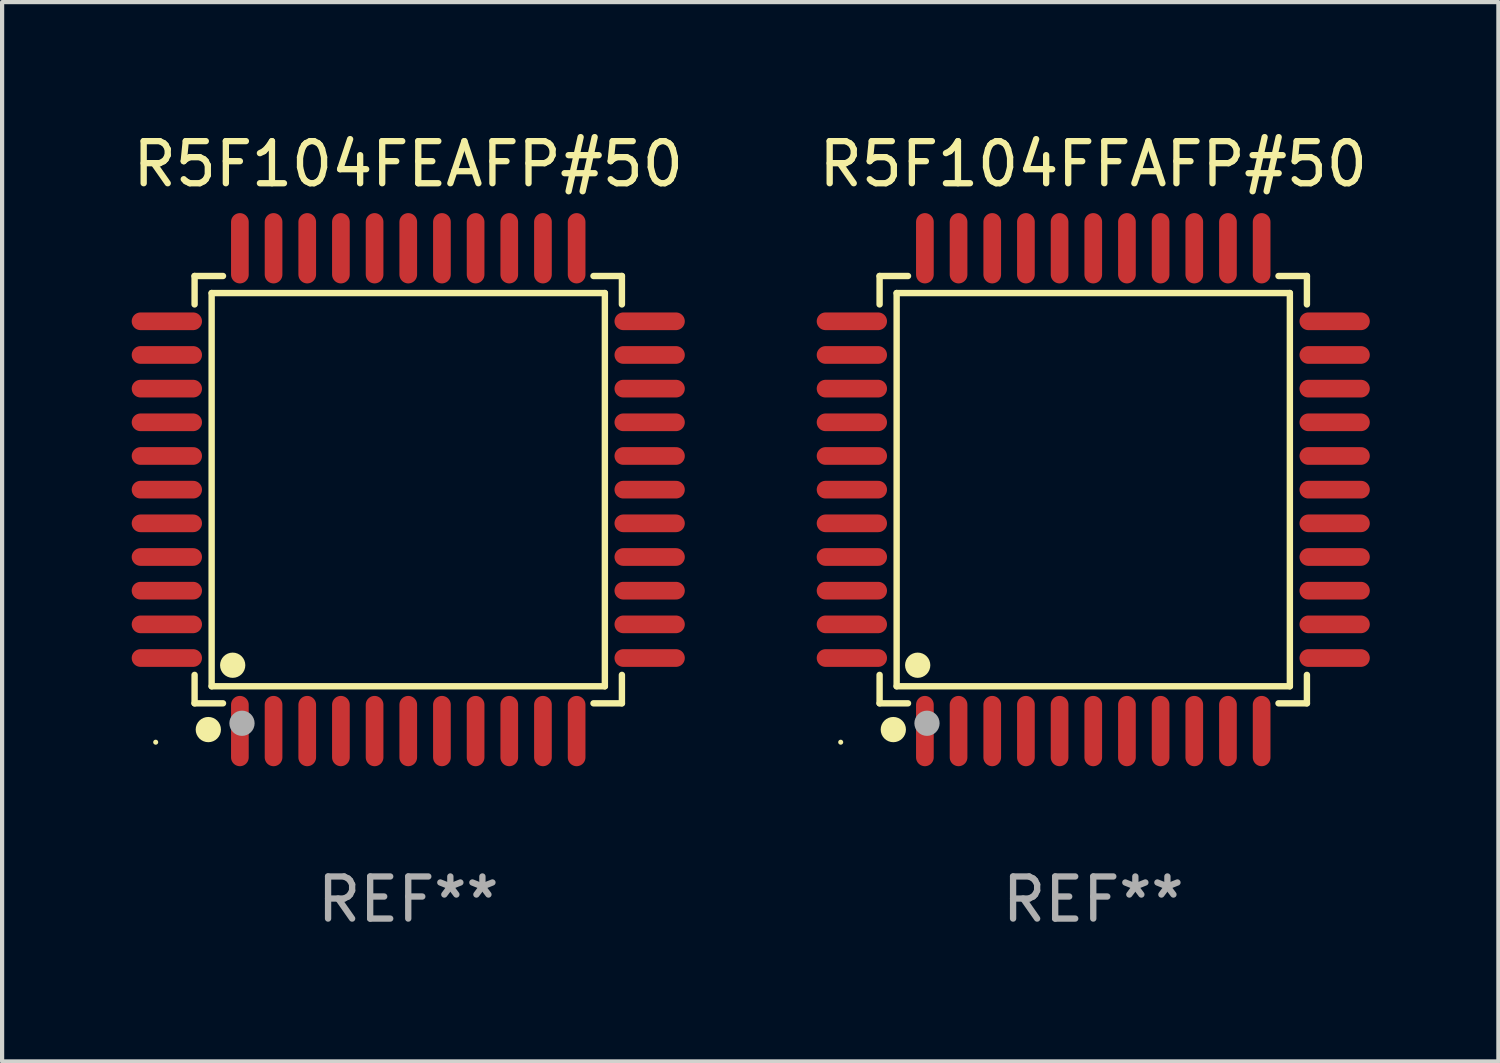
<source format=kicad_pcb>
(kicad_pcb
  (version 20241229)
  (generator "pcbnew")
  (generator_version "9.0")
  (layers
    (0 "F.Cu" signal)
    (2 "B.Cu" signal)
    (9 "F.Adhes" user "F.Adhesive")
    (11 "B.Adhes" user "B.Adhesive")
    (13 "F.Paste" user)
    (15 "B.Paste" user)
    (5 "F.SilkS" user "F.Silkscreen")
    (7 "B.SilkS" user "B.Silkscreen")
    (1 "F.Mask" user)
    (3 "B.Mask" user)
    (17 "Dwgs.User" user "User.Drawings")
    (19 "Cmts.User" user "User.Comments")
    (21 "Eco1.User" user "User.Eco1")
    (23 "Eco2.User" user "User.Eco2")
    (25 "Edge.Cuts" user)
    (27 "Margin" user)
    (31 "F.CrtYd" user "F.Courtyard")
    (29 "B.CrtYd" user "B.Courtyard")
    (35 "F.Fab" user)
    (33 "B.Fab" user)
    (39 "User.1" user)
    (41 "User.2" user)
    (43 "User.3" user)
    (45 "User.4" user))
  (footprint "R5F104FFAFP#50"
    (layer "F.Cu")
    (at 22.923 8.583)
    (property "Reference" "R5F104FFAFP#50" (at 0 -7.735 0) (layer "F.SilkS") (effects (font (size 1 1) (thickness 0.15))))
    (attr through_hole)
    (fp_line (start -5.076 -5.076) (end -4.401 -5.076) (stroke (width 0.152) (type solid)) (layer "F.SilkS"))
    (fp_line (start -5.076 -4.401) (end -5.076 -5.076) (stroke (width 0.152) (type solid)) (layer "F.SilkS"))
    (fp_line (start -5.076 4.401) (end -5.076 5.076) (stroke (width 0.152) (type solid)) (layer "F.SilkS"))
    (fp_line (start -5.076 5.076) (end -4.401 5.076) (stroke (width 0.152) (type solid)) (layer "F.SilkS"))
    (fp_line (start -4.671 -4.671) (end 4.671 -4.671) (stroke (width 0.152) (type solid)) (layer "F.SilkS"))
    (fp_line (start -4.671 4.671) (end -4.671 -4.671) (stroke (width 0.152) (type solid)) (layer "F.SilkS"))
    (fp_line (start 4.671 -4.671) (end 4.671 4.671) (stroke (width 0.152) (type solid)) (layer "F.SilkS"))
    (fp_line (start 4.671 4.671) (end -4.671 4.671) (stroke (width 0.152) (type solid)) (layer "F.SilkS"))
    (fp_line (start 5.076 -5.076) (end 4.401 -5.076) (stroke (width 0.152) (type solid)) (layer "F.SilkS"))
    (fp_line (start 5.076 -4.401) (end 5.076 -5.076) (stroke (width 0.152) (type solid)) (layer "F.SilkS"))
    (fp_line (start 5.076 4.401) (end 5.076 5.076) (stroke (width 0.152) (type solid)) (layer "F.SilkS"))
    (fp_line (start 5.076 5.076) (end 4.401 5.076) (stroke (width 0.152) (type solid)) (layer "F.SilkS"))
    (fp_circle (center -6 6) (end -5.97 6) (stroke (width 0.06) (type solid)) (fill no) (layer "F.SilkS"))
    (fp_circle (center -4.75 5.7) (end -4.6 5.7) (stroke (width 0.3) (type solid)) (fill no) (layer "F.SilkS"))
    (fp_circle (center -4.171 4.171) (end -4.021 4.171) (stroke (width 0.3) (type solid)) (fill no) (layer "F.SilkS"))
    (fp_circle (center -3.95 5.55) (end -3.8 5.55) (stroke (width 0.3) (type solid)) (fill no) (layer "F.Fab"))
    (fp_text user "REF**" (at 0 9.735 0) (layer "F.Fab") (effects (font (size 1 1) (thickness 0.15))))
    (pad "1" smd oval (at -4 5.735) (size 0.42 1.67) (layers "F.Cu" "F.Mask" "F.Paste"))
    (pad "2" smd oval (at -3.2 5.735) (size 0.42 1.67) (layers "F.Cu" "F.Mask" "F.Paste"))
    (pad "3" smd oval (at -2.4 5.735) (size 0.42 1.67) (layers "F.Cu" "F.Mask" "F.Paste"))
    (pad "4" smd oval (at -1.6 5.735) (size 0.42 1.67) (layers "F.Cu" "F.Mask" "F.Paste"))
    (pad "5" smd oval (at -0.8 5.735) (size 0.42 1.67) (layers "F.Cu" "F.Mask" "F.Paste"))
    (pad "6" smd oval (at 0 5.735) (size 0.42 1.67) (layers "F.Cu" "F.Mask" "F.Paste"))
    (pad "7" smd oval (at 0.8 5.735) (size 0.42 1.67) (layers "F.Cu" "F.Mask" "F.Paste"))
    (pad "8" smd oval (at 1.6 5.735) (size 0.42 1.67) (layers "F.Cu" "F.Mask" "F.Paste"))
    (pad "9" smd oval (at 2.4 5.735) (size 0.42 1.67) (layers "F.Cu" "F.Mask" "F.Paste"))
    (pad "10" smd oval (at 3.2 5.735) (size 0.42 1.67) (layers "F.Cu" "F.Mask" "F.Paste"))
    (pad "11" smd oval (at 4 5.735) (size 0.42 1.67) (layers "F.Cu" "F.Mask" "F.Paste"))
    (pad "12" smd oval (at 5.735 4) (size 1.67 0.42) (layers "F.Cu" "F.Mask" "F.Paste"))
    (pad "13" smd oval (at 5.735 3.2) (size 1.67 0.42) (layers "F.Cu" "F.Mask" "F.Paste"))
    (pad "14" smd oval (at 5.735 2.4) (size 1.67 0.42) (layers "F.Cu" "F.Mask" "F.Paste"))
    (pad "15" smd oval (at 5.735 1.6) (size 1.67 0.42) (layers "F.Cu" "F.Mask" "F.Paste"))
    (pad "16" smd oval (at 5.735 0.8) (size 1.67 0.42) (layers "F.Cu" "F.Mask" "F.Paste"))
    (pad "17" smd oval (at 5.735 0) (size 1.67 0.42) (layers "F.Cu" "F.Mask" "F.Paste"))
    (pad "18" smd oval (at 5.735 -0.8) (size 1.67 0.42) (layers "F.Cu" "F.Mask" "F.Paste"))
    (pad "19" smd oval (at 5.735 -1.6) (size 1.67 0.42) (layers "F.Cu" "F.Mask" "F.Paste"))
    (pad "20" smd oval (at 5.735 -2.4) (size 1.67 0.42) (layers "F.Cu" "F.Mask" "F.Paste"))
    (pad "21" smd oval (at 5.735 -3.2) (size 1.67 0.42) (layers "F.Cu" "F.Mask" "F.Paste"))
    (pad "22" smd oval (at 5.735 -4) (size 1.67 0.42) (layers "F.Cu" "F.Mask" "F.Paste"))
    (pad "23" smd oval (at 4 -5.735) (size 0.42 1.67) (layers "F.Cu" "F.Mask" "F.Paste"))
    (pad "24" smd oval (at 3.2 -5.735) (size 0.42 1.67) (layers "F.Cu" "F.Mask" "F.Paste"))
    (pad "25" smd oval (at 2.4 -5.735) (size 0.42 1.67) (layers "F.Cu" "F.Mask" "F.Paste"))
    (pad "26" smd oval (at 1.6 -5.735) (size 0.42 1.67) (layers "F.Cu" "F.Mask" "F.Paste"))
    (pad "27" smd oval (at 0.8 -5.735) (size 0.42 1.67) (layers "F.Cu" "F.Mask" "F.Paste"))
    (pad "28" smd oval (at 0 -5.735) (size 0.42 1.67) (layers "F.Cu" "F.Mask" "F.Paste"))
    (pad "29" smd oval (at -0.8 -5.735) (size 0.42 1.67) (layers "F.Cu" "F.Mask" "F.Paste"))
    (pad "30" smd oval (at -1.6 -5.735) (size 0.42 1.67) (layers "F.Cu" "F.Mask" "F.Paste"))
    (pad "31" smd oval (at -2.4 -5.735) (size 0.42 1.67) (layers "F.Cu" "F.Mask" "F.Paste"))
    (pad "32" smd oval (at -3.2 -5.735) (size 0.42 1.67) (layers "F.Cu" "F.Mask" "F.Paste"))
    (pad "33" smd oval (at -4 -5.735) (size 0.42 1.67) (layers "F.Cu" "F.Mask" "F.Paste"))
    (pad "34" smd oval (at -5.735 -4) (size 1.67 0.42) (layers "F.Cu" "F.Mask" "F.Paste"))
    (pad "35" smd oval (at -5.735 -3.2) (size 1.67 0.42) (layers "F.Cu" "F.Mask" "F.Paste"))
    (pad "36" smd oval (at -5.735 -2.4) (size 1.67 0.42) (layers "F.Cu" "F.Mask" "F.Paste"))
    (pad "37" smd oval (at -5.735 -1.6) (size 1.67 0.42) (layers "F.Cu" "F.Mask" "F.Paste"))
    (pad "38" smd oval (at -5.735 -0.8) (size 1.67 0.42) (layers "F.Cu" "F.Mask" "F.Paste"))
    (pad "39" smd oval (at -5.735 0) (size 1.67 0.42) (layers "F.Cu" "F.Mask" "F.Paste"))
    (pad "40" smd oval (at -5.735 0.8) (size 1.67 0.42) (layers "F.Cu" "F.Mask" "F.Paste"))
    (pad "41" smd oval (at -5.735 1.6) (size 1.67 0.42) (layers "F.Cu" "F.Mask" "F.Paste"))
    (pad "42" smd oval (at -5.735 2.4) (size 1.67 0.42) (layers "F.Cu" "F.Mask" "F.Paste"))
    (pad "43" smd oval (at -5.735 3.2) (size 1.67 0.42) (layers "F.Cu" "F.Mask" "F.Paste"))
    (pad "44" smd oval (at -5.735 4) (size 1.67 0.42) (layers "F.Cu" "F.Mask" "F.Paste")))
  (footprint "R5F104FEAFP#50"
    (layer "F.Cu")
    (at 6.649 8.583)
    (property "Reference" "R5F104FEAFP#50" (at 0 -7.735 0) (layer "F.SilkS") (effects (font (size 1 1) (thickness 0.15))))
    (attr through_hole)
    (fp_line (start -5.076 -5.076) (end -4.401 -5.076) (stroke (width 0.152) (type solid)) (layer "F.SilkS"))
    (fp_line (start -5.076 -4.401) (end -5.076 -5.076) (stroke (width 0.152) (type solid)) (layer "F.SilkS"))
    (fp_line (start -5.076 4.401) (end -5.076 5.076) (stroke (width 0.152) (type solid)) (layer "F.SilkS"))
    (fp_line (start -5.076 5.076) (end -4.401 5.076) (stroke (width 0.152) (type solid)) (layer "F.SilkS"))
    (fp_line (start -4.671 -4.671) (end 4.671 -4.671) (stroke (width 0.152) (type solid)) (layer "F.SilkS"))
    (fp_line (start -4.671 4.671) (end -4.671 -4.671) (stroke (width 0.152) (type solid)) (layer "F.SilkS"))
    (fp_line (start 4.671 -4.671) (end 4.671 4.671) (stroke (width 0.152) (type solid)) (layer "F.SilkS"))
    (fp_line (start 4.671 4.671) (end -4.671 4.671) (stroke (width 0.152) (type solid)) (layer "F.SilkS"))
    (fp_line (start 5.076 -5.076) (end 4.401 -5.076) (stroke (width 0.152) (type solid)) (layer "F.SilkS"))
    (fp_line (start 5.076 -4.401) (end 5.076 -5.076) (stroke (width 0.152) (type solid)) (layer "F.SilkS"))
    (fp_line (start 5.076 4.401) (end 5.076 5.076) (stroke (width 0.152) (type solid)) (layer "F.SilkS"))
    (fp_line (start 5.076 5.076) (end 4.401 5.076) (stroke (width 0.152) (type solid)) (layer "F.SilkS"))
    (fp_circle (center -6 6) (end -5.97 6) (stroke (width 0.06) (type solid)) (fill no) (layer "F.SilkS"))
    (fp_circle (center -4.75 5.7) (end -4.6 5.7) (stroke (width 0.3) (type solid)) (fill no) (layer "F.SilkS"))
    (fp_circle (center -4.171 4.171) (end -4.021 4.171) (stroke (width 0.3) (type solid)) (fill no) (layer "F.SilkS"))
    (fp_circle (center -3.95 5.55) (end -3.8 5.55) (stroke (width 0.3) (type solid)) (fill no) (layer "F.Fab"))
    (fp_text user "REF**" (at 0 9.735 0) (layer "F.Fab") (effects (font (size 1 1) (thickness 0.15))))
    (pad "1" smd oval (at -4 5.735) (size 0.42 1.67) (layers "F.Cu" "F.Mask" "F.Paste"))
    (pad "2" smd oval (at -3.2 5.735) (size 0.42 1.67) (layers "F.Cu" "F.Mask" "F.Paste"))
    (pad "3" smd oval (at -2.4 5.735) (size 0.42 1.67) (layers "F.Cu" "F.Mask" "F.Paste"))
    (pad "4" smd oval (at -1.6 5.735) (size 0.42 1.67) (layers "F.Cu" "F.Mask" "F.Paste"))
    (pad "5" smd oval (at -0.8 5.735) (size 0.42 1.67) (layers "F.Cu" "F.Mask" "F.Paste"))
    (pad "6" smd oval (at 0 5.735) (size 0.42 1.67) (layers "F.Cu" "F.Mask" "F.Paste"))
    (pad "7" smd oval (at 0.8 5.735) (size 0.42 1.67) (layers "F.Cu" "F.Mask" "F.Paste"))
    (pad "8" smd oval (at 1.6 5.735) (size 0.42 1.67) (layers "F.Cu" "F.Mask" "F.Paste"))
    (pad "9" smd oval (at 2.4 5.735) (size 0.42 1.67) (layers "F.Cu" "F.Mask" "F.Paste"))
    (pad "10" smd oval (at 3.2 5.735) (size 0.42 1.67) (layers "F.Cu" "F.Mask" "F.Paste"))
    (pad "11" smd oval (at 4 5.735) (size 0.42 1.67) (layers "F.Cu" "F.Mask" "F.Paste"))
    (pad "12" smd oval (at 5.735 4) (size 1.67 0.42) (layers "F.Cu" "F.Mask" "F.Paste"))
    (pad "13" smd oval (at 5.735 3.2) (size 1.67 0.42) (layers "F.Cu" "F.Mask" "F.Paste"))
    (pad "14" smd oval (at 5.735 2.4) (size 1.67 0.42) (layers "F.Cu" "F.Mask" "F.Paste"))
    (pad "15" smd oval (at 5.735 1.6) (size 1.67 0.42) (layers "F.Cu" "F.Mask" "F.Paste"))
    (pad "16" smd oval (at 5.735 0.8) (size 1.67 0.42) (layers "F.Cu" "F.Mask" "F.Paste"))
    (pad "17" smd oval (at 5.735 0) (size 1.67 0.42) (layers "F.Cu" "F.Mask" "F.Paste"))
    (pad "18" smd oval (at 5.735 -0.8) (size 1.67 0.42) (layers "F.Cu" "F.Mask" "F.Paste"))
    (pad "19" smd oval (at 5.735 -1.6) (size 1.67 0.42) (layers "F.Cu" "F.Mask" "F.Paste"))
    (pad "20" smd oval (at 5.735 -2.4) (size 1.67 0.42) (layers "F.Cu" "F.Mask" "F.Paste"))
    (pad "21" smd oval (at 5.735 -3.2) (size 1.67 0.42) (layers "F.Cu" "F.Mask" "F.Paste"))
    (pad "22" smd oval (at 5.735 -4) (size 1.67 0.42) (layers "F.Cu" "F.Mask" "F.Paste"))
    (pad "23" smd oval (at 4 -5.735) (size 0.42 1.67) (layers "F.Cu" "F.Mask" "F.Paste"))
    (pad "24" smd oval (at 3.2 -5.735) (size 0.42 1.67) (layers "F.Cu" "F.Mask" "F.Paste"))
    (pad "25" smd oval (at 2.4 -5.735) (size 0.42 1.67) (layers "F.Cu" "F.Mask" "F.Paste"))
    (pad "26" smd oval (at 1.6 -5.735) (size 0.42 1.67) (layers "F.Cu" "F.Mask" "F.Paste"))
    (pad "27" smd oval (at 0.8 -5.735) (size 0.42 1.67) (layers "F.Cu" "F.Mask" "F.Paste"))
    (pad "28" smd oval (at 0 -5.735) (size 0.42 1.67) (layers "F.Cu" "F.Mask" "F.Paste"))
    (pad "29" smd oval (at -0.8 -5.735) (size 0.42 1.67) (layers "F.Cu" "F.Mask" "F.Paste"))
    (pad "30" smd oval (at -1.6 -5.735) (size 0.42 1.67) (layers "F.Cu" "F.Mask" "F.Paste"))
    (pad "31" smd oval (at -2.4 -5.735) (size 0.42 1.67) (layers "F.Cu" "F.Mask" "F.Paste"))
    (pad "32" smd oval (at -3.2 -5.735) (size 0.42 1.67) (layers "F.Cu" "F.Mask" "F.Paste"))
    (pad "33" smd oval (at -4 -5.735) (size 0.42 1.67) (layers "F.Cu" "F.Mask" "F.Paste"))
    (pad "34" smd oval (at -5.735 -4) (size 1.67 0.42) (layers "F.Cu" "F.Mask" "F.Paste"))
    (pad "35" smd oval (at -5.735 -3.2) (size 1.67 0.42) (layers "F.Cu" "F.Mask" "F.Paste"))
    (pad "36" smd oval (at -5.735 -2.4) (size 1.67 0.42) (layers "F.Cu" "F.Mask" "F.Paste"))
    (pad "37" smd oval (at -5.735 -1.6) (size 1.67 0.42) (layers "F.Cu" "F.Mask" "F.Paste"))
    (pad "38" smd oval (at -5.735 -0.8) (size 1.67 0.42) (layers "F.Cu" "F.Mask" "F.Paste"))
    (pad "39" smd oval (at -5.735 0) (size 1.67 0.42) (layers "F.Cu" "F.Mask" "F.Paste"))
    (pad "40" smd oval (at -5.735 0.8) (size 1.67 0.42) (layers "F.Cu" "F.Mask" "F.Paste"))
    (pad "41" smd oval (at -5.735 1.6) (size 1.67 0.42) (layers "F.Cu" "F.Mask" "F.Paste"))
    (pad "42" smd oval (at -5.735 2.4) (size 1.67 0.42) (layers "F.Cu" "F.Mask" "F.Paste"))
    (pad "43" smd oval (at -5.735 3.2) (size 1.67 0.42) (layers "F.Cu" "F.Mask" "F.Paste"))
    (pad "44" smd oval (at -5.735 4) (size 1.67 0.42) (layers "F.Cu" "F.Mask" "F.Paste")))
  (gr_rect
    (start -3 -3)
    (end 32.548 22.167)
    (stroke (width 0.1) (type default))
    (fill no)
    (layer "Edge.Cuts")))
</source>
